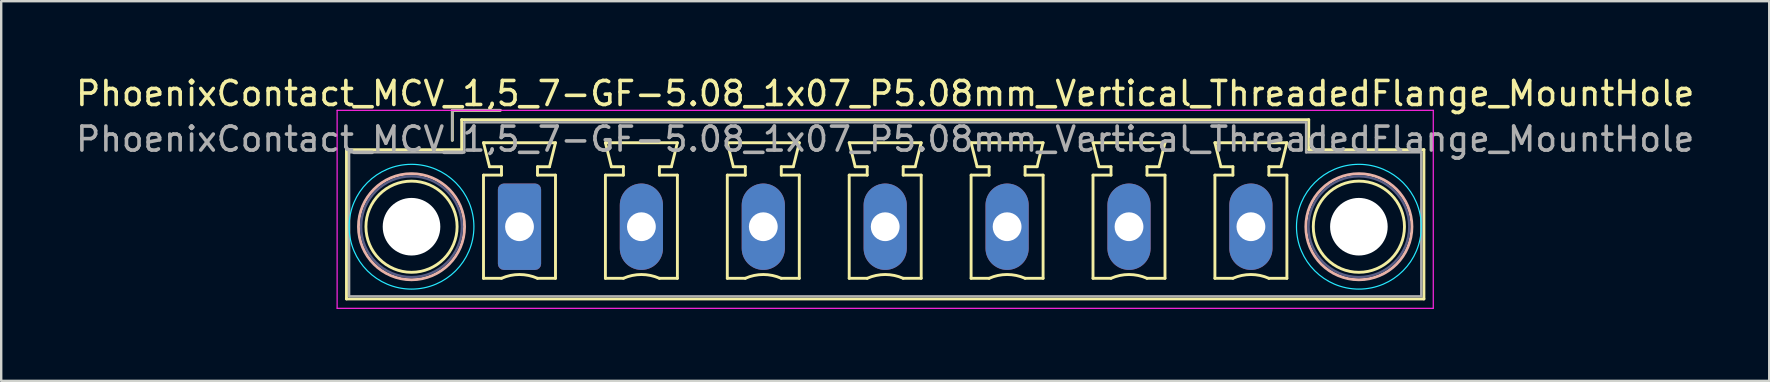
<source format=kicad_pcb>
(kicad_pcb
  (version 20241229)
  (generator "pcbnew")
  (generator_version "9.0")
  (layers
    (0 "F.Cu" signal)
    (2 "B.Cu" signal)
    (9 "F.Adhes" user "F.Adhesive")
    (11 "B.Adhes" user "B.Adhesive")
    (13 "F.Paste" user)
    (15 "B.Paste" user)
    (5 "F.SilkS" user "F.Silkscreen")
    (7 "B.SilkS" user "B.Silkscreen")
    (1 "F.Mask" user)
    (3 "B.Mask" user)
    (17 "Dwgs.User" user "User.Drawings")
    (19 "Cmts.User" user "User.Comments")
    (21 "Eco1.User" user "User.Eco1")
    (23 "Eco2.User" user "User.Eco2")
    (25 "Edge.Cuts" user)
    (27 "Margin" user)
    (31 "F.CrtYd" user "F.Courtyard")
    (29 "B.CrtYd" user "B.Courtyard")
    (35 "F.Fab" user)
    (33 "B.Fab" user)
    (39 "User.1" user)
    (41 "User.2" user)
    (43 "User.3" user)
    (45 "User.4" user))
  (footprint "PhoenixContact_MCV_1,5_7-GF-5.08_1x07_P5.08mm_Vertical_ThreadedFlange_MountHole"
    (layer "F.Cu")
    (at 18.599 6.398)
    (property "Reference" "PhoenixContact_MCV_1,5_7-GF-5.08_1x07_P5.08mm_Vertical_ThreadedFlange_MountHole" (at 15.24 -5.55 0) (layer "F.SilkS") (effects (font (size 1 1) (thickness 0.15))))
    (attr through_hole)
    (fp_line (start -7.21 -3.21) (end -7.21 3.01) (stroke (width 0.12) (type solid)) (layer "F.SilkS"))
    (fp_line (start -7.21 3.01) (end 37.69 3.01) (stroke (width 0.12) (type solid)) (layer "F.SilkS"))
    (fp_line (start -2.8 -4.85) (end -0.8 -4.85) (stroke (width 0.12) (type solid)) (layer "F.SilkS"))
    (fp_line (start -2.8 -3.6) (end -2.8 -4.85) (stroke (width 0.12) (type solid)) (layer "F.SilkS"))
    (fp_line (start -2.41 -4.46) (end -2.41 -3.21) (stroke (width 0.12) (type solid)) (layer "F.SilkS"))
    (fp_line (start -2.41 -3.21) (end -7.21 -3.21) (stroke (width 0.12) (type solid)) (layer "F.SilkS"))
    (fp_line (start -1.5 -3.5) (end 1.5 -3.5) (stroke (width 0.12) (type solid)) (layer "F.SilkS"))
    (fp_line (start -1.5 -2.15) (end -0.75 -2.15) (stroke (width 0.12) (type solid)) (layer "F.SilkS"))
    (fp_line (start -1.5 2.15) (end -1.5 -2.15) (stroke (width 0.12) (type solid)) (layer "F.SilkS"))
    (fp_line (start -1.25 -2.5) (end -1.5 -3.5) (stroke (width 0.12) (type solid)) (layer "F.SilkS"))
    (fp_line (start -0.75 -2.5) (end -1.25 -2.5) (stroke (width 0.12) (type solid)) (layer "F.SilkS"))
    (fp_line (start -0.75 -2.15) (end -0.75 -2.5) (stroke (width 0.12) (type solid)) (layer "F.SilkS"))
    (fp_line (start -0.75 2.15) (end -1.5 2.15) (stroke (width 0.12) (type solid)) (layer "F.SilkS"))
    (fp_line (start 0.75 -2.5) (end 0.75 -2.15) (stroke (width 0.12) (type solid)) (layer "F.SilkS"))
    (fp_line (start 0.75 -2.15) (end 1.5 -2.15) (stroke (width 0.12) (type solid)) (layer "F.SilkS"))
    (fp_line (start 1.25 -2.5) (end 0.75 -2.5) (stroke (width 0.12) (type solid)) (layer "F.SilkS"))
    (fp_line (start 1.5 -3.5) (end 1.25 -2.5) (stroke (width 0.12) (type solid)) (layer "F.SilkS"))
    (fp_line (start 1.5 -2.15) (end 1.5 2.15) (stroke (width 0.12) (type solid)) (layer "F.SilkS"))
    (fp_line (start 1.5 2.15) (end 0.75 2.15) (stroke (width 0.12) (type solid)) (layer "F.SilkS"))
    (fp_line (start 3.58 -3.5) (end 6.58 -3.5) (stroke (width 0.12) (type solid)) (layer "F.SilkS"))
    (fp_line (start 3.58 -2.15) (end 4.33 -2.15) (stroke (width 0.12) (type solid)) (layer "F.SilkS"))
    (fp_line (start 3.58 2.15) (end 3.58 -2.15) (stroke (width 0.12) (type solid)) (layer "F.SilkS"))
    (fp_line (start 3.83 -2.5) (end 3.58 -3.5) (stroke (width 0.12) (type solid)) (layer "F.SilkS"))
    (fp_line (start 4.33 -2.5) (end 3.83 -2.5) (stroke (width 0.12) (type solid)) (layer "F.SilkS"))
    (fp_line (start 4.33 -2.15) (end 4.33 -2.5) (stroke (width 0.12) (type solid)) (layer "F.SilkS"))
    (fp_line (start 4.33 2.15) (end 3.58 2.15) (stroke (width 0.12) (type solid)) (layer "F.SilkS"))
    (fp_line (start 5.83 -2.5) (end 5.83 -2.15) (stroke (width 0.12) (type solid)) (layer "F.SilkS"))
    (fp_line (start 5.83 -2.15) (end 6.58 -2.15) (stroke (width 0.12) (type solid)) (layer "F.SilkS"))
    (fp_line (start 6.33 -2.5) (end 5.83 -2.5) (stroke (width 0.12) (type solid)) (layer "F.SilkS"))
    (fp_line (start 6.58 -3.5) (end 6.33 -2.5) (stroke (width 0.12) (type solid)) (layer "F.SilkS"))
    (fp_line (start 6.58 -2.15) (end 6.58 2.15) (stroke (width 0.12) (type solid)) (layer "F.SilkS"))
    (fp_line (start 6.58 2.15) (end 5.83 2.15) (stroke (width 0.12) (type solid)) (layer "F.SilkS"))
    (fp_line (start 8.66 -3.5) (end 11.66 -3.5) (stroke (width 0.12) (type solid)) (layer "F.SilkS"))
    (fp_line (start 8.66 -2.15) (end 9.41 -2.15) (stroke (width 0.12) (type solid)) (layer "F.SilkS"))
    (fp_line (start 8.66 2.15) (end 8.66 -2.15) (stroke (width 0.12) (type solid)) (layer "F.SilkS"))
    (fp_line (start 8.91 -2.5) (end 8.66 -3.5) (stroke (width 0.12) (type solid)) (layer "F.SilkS"))
    (fp_line (start 9.41 -2.5) (end 8.91 -2.5) (stroke (width 0.12) (type solid)) (layer "F.SilkS"))
    (fp_line (start 9.41 -2.15) (end 9.41 -2.5) (stroke (width 0.12) (type solid)) (layer "F.SilkS"))
    (fp_line (start 9.41 2.15) (end 8.66 2.15) (stroke (width 0.12) (type solid)) (layer "F.SilkS"))
    (fp_line (start 10.91 -2.5) (end 10.91 -2.15) (stroke (width 0.12) (type solid)) (layer "F.SilkS"))
    (fp_line (start 10.91 -2.15) (end 11.66 -2.15) (stroke (width 0.12) (type solid)) (layer "F.SilkS"))
    (fp_line (start 11.41 -2.5) (end 10.91 -2.5) (stroke (width 0.12) (type solid)) (layer "F.SilkS"))
    (fp_line (start 11.66 -3.5) (end 11.41 -2.5) (stroke (width 0.12) (type solid)) (layer "F.SilkS"))
    (fp_line (start 11.66 -2.15) (end 11.66 2.15) (stroke (width 0.12) (type solid)) (layer "F.SilkS"))
    (fp_line (start 11.66 2.15) (end 10.91 2.15) (stroke (width 0.12) (type solid)) (layer "F.SilkS"))
    (fp_line (start 13.74 -3.5) (end 16.74 -3.5) (stroke (width 0.12) (type solid)) (layer "F.SilkS"))
    (fp_line (start 13.74 -2.15) (end 14.49 -2.15) (stroke (width 0.12) (type solid)) (layer "F.SilkS"))
    (fp_line (start 13.74 2.15) (end 13.74 -2.15) (stroke (width 0.12) (type solid)) (layer "F.SilkS"))
    (fp_line (start 13.99 -2.5) (end 13.74 -3.5) (stroke (width 0.12) (type solid)) (layer "F.SilkS"))
    (fp_line (start 14.49 -2.5) (end 13.99 -2.5) (stroke (width 0.12) (type solid)) (layer "F.SilkS"))
    (fp_line (start 14.49 -2.15) (end 14.49 -2.5) (stroke (width 0.12) (type solid)) (layer "F.SilkS"))
    (fp_line (start 14.49 2.15) (end 13.74 2.15) (stroke (width 0.12) (type solid)) (layer "F.SilkS"))
    (fp_line (start 15.99 -2.5) (end 15.99 -2.15) (stroke (width 0.12) (type solid)) (layer "F.SilkS"))
    (fp_line (start 15.99 -2.15) (end 16.74 -2.15) (stroke (width 0.12) (type solid)) (layer "F.SilkS"))
    (fp_line (start 16.49 -2.5) (end 15.99 -2.5) (stroke (width 0.12) (type solid)) (layer "F.SilkS"))
    (fp_line (start 16.74 -3.5) (end 16.49 -2.5) (stroke (width 0.12) (type solid)) (layer "F.SilkS"))
    (fp_line (start 16.74 -2.15) (end 16.74 2.15) (stroke (width 0.12) (type solid)) (layer "F.SilkS"))
    (fp_line (start 16.74 2.15) (end 15.99 2.15) (stroke (width 0.12) (type solid)) (layer "F.SilkS"))
    (fp_line (start 18.82 -3.5) (end 21.82 -3.5) (stroke (width 0.12) (type solid)) (layer "F.SilkS"))
    (fp_line (start 18.82 -2.15) (end 19.57 -2.15) (stroke (width 0.12) (type solid)) (layer "F.SilkS"))
    (fp_line (start 18.82 2.15) (end 18.82 -2.15) (stroke (width 0.12) (type solid)) (layer "F.SilkS"))
    (fp_line (start 19.07 -2.5) (end 18.82 -3.5) (stroke (width 0.12) (type solid)) (layer "F.SilkS"))
    (fp_line (start 19.57 -2.5) (end 19.07 -2.5) (stroke (width 0.12) (type solid)) (layer "F.SilkS"))
    (fp_line (start 19.57 -2.15) (end 19.57 -2.5) (stroke (width 0.12) (type solid)) (layer "F.SilkS"))
    (fp_line (start 19.57 2.15) (end 18.82 2.15) (stroke (width 0.12) (type solid)) (layer "F.SilkS"))
    (fp_line (start 21.07 -2.5) (end 21.07 -2.15) (stroke (width 0.12) (type solid)) (layer "F.SilkS"))
    (fp_line (start 21.07 -2.15) (end 21.82 -2.15) (stroke (width 0.12) (type solid)) (layer "F.SilkS"))
    (fp_line (start 21.57 -2.5) (end 21.07 -2.5) (stroke (width 0.12) (type solid)) (layer "F.SilkS"))
    (fp_line (start 21.82 -3.5) (end 21.57 -2.5) (stroke (width 0.12) (type solid)) (layer "F.SilkS"))
    (fp_line (start 21.82 -2.15) (end 21.82 2.15) (stroke (width 0.12) (type solid)) (layer "F.SilkS"))
    (fp_line (start 21.82 2.15) (end 21.07 2.15) (stroke (width 0.12) (type solid)) (layer "F.SilkS"))
    (fp_line (start 23.9 -3.5) (end 26.9 -3.5) (stroke (width 0.12) (type solid)) (layer "F.SilkS"))
    (fp_line (start 23.9 -2.15) (end 24.65 -2.15) (stroke (width 0.12) (type solid)) (layer "F.SilkS"))
    (fp_line (start 23.9 2.15) (end 23.9 -2.15) (stroke (width 0.12) (type solid)) (layer "F.SilkS"))
    (fp_line (start 24.15 -2.5) (end 23.9 -3.5) (stroke (width 0.12) (type solid)) (layer "F.SilkS"))
    (fp_line (start 24.65 -2.5) (end 24.15 -2.5) (stroke (width 0.12) (type solid)) (layer "F.SilkS"))
    (fp_line (start 24.65 -2.15) (end 24.65 -2.5) (stroke (width 0.12) (type solid)) (layer "F.SilkS"))
    (fp_line (start 24.65 2.15) (end 23.9 2.15) (stroke (width 0.12) (type solid)) (layer "F.SilkS"))
    (fp_line (start 26.15 -2.5) (end 26.15 -2.15) (stroke (width 0.12) (type solid)) (layer "F.SilkS"))
    (fp_line (start 26.15 -2.15) (end 26.9 -2.15) (stroke (width 0.12) (type solid)) (layer "F.SilkS"))
    (fp_line (start 26.65 -2.5) (end 26.15 -2.5) (stroke (width 0.12) (type solid)) (layer "F.SilkS"))
    (fp_line (start 26.9 -3.5) (end 26.65 -2.5) (stroke (width 0.12) (type solid)) (layer "F.SilkS"))
    (fp_line (start 26.9 -2.15) (end 26.9 2.15) (stroke (width 0.12) (type solid)) (layer "F.SilkS"))
    (fp_line (start 26.9 2.15) (end 26.15 2.15) (stroke (width 0.12) (type solid)) (layer "F.SilkS"))
    (fp_line (start 28.98 -3.5) (end 31.98 -3.5) (stroke (width 0.12) (type solid)) (layer "F.SilkS"))
    (fp_line (start 28.98 -2.15) (end 29.73 -2.15) (stroke (width 0.12) (type solid)) (layer "F.SilkS"))
    (fp_line (start 28.98 2.15) (end 28.98 -2.15) (stroke (width 0.12) (type solid)) (layer "F.SilkS"))
    (fp_line (start 29.23 -2.5) (end 28.98 -3.5) (stroke (width 0.12) (type solid)) (layer "F.SilkS"))
    (fp_line (start 29.73 -2.5) (end 29.23 -2.5) (stroke (width 0.12) (type solid)) (layer "F.SilkS"))
    (fp_line (start 29.73 -2.15) (end 29.73 -2.5) (stroke (width 0.12) (type solid)) (layer "F.SilkS"))
    (fp_line (start 29.73 2.15) (end 28.98 2.15) (stroke (width 0.12) (type solid)) (layer "F.SilkS"))
    (fp_line (start 31.23 -2.5) (end 31.23 -2.15) (stroke (width 0.12) (type solid)) (layer "F.SilkS"))
    (fp_line (start 31.23 -2.15) (end 31.98 -2.15) (stroke (width 0.12) (type solid)) (layer "F.SilkS"))
    (fp_line (start 31.73 -2.5) (end 31.23 -2.5) (stroke (width 0.12) (type solid)) (layer "F.SilkS"))
    (fp_line (start 31.98 -3.5) (end 31.73 -2.5) (stroke (width 0.12) (type solid)) (layer "F.SilkS"))
    (fp_line (start 31.98 -2.15) (end 31.98 2.15) (stroke (width 0.12) (type solid)) (layer "F.SilkS"))
    (fp_line (start 31.98 2.15) (end 31.23 2.15) (stroke (width 0.12) (type solid)) (layer "F.SilkS"))
    (fp_line (start 32.89 -4.46) (end -2.41 -4.46) (stroke (width 0.12) (type solid)) (layer "F.SilkS"))
    (fp_line (start 32.89 -3.21) (end 32.89 -4.46) (stroke (width 0.12) (type solid)) (layer "F.SilkS"))
    (fp_line (start 37.69 -3.21) (end 32.89 -3.21) (stroke (width 0.12) (type solid)) (layer "F.SilkS"))
    (fp_line (start 37.69 3.01) (end 37.69 -3.21) (stroke (width 0.12) (type solid)) (layer "F.SilkS"))
    (fp_arc (start -0.75 2.15) (mid -0.000193 1.99191) (end 0.749647 2.149844) (stroke (width 0.12) (type solid)) (layer "F.SilkS"))
    (fp_arc (start 4.33 2.15) (mid 5.079807 1.99191) (end 5.829647 2.149844) (stroke (width 0.12) (type solid)) (layer "F.SilkS"))
    (fp_arc (start 9.41 2.15) (mid 10.159807 1.99191) (end 10.909647 2.149844) (stroke (width 0.12) (type solid)) (layer "F.SilkS"))
    (fp_arc (start 14.49 2.15) (mid 15.239807 1.99191) (end 15.989647 2.149844) (stroke (width 0.12) (type solid)) (layer "F.SilkS"))
    (fp_arc (start 19.57 2.15) (mid 20.319807 1.99191) (end 21.069647 2.149844) (stroke (width 0.12) (type solid)) (layer "F.SilkS"))
    (fp_arc (start 24.65 2.15) (mid 25.399807 1.99191) (end 26.149647 2.149844) (stroke (width 0.12) (type solid)) (layer "F.SilkS"))
    (fp_arc (start 29.73 2.15) (mid 30.479807 1.99191) (end 31.229647 2.149844) (stroke (width 0.12) (type solid)) (layer "F.SilkS"))
    (fp_circle (center -4.5 0) (end -2.6 0) (stroke (width 0.12) (type solid)) (fill no) (layer "F.SilkS"))
    (fp_circle (center 34.98 0) (end 36.88 0) (stroke (width 0.12) (type solid)) (fill no) (layer "F.SilkS"))
    (fp_circle (center -4.5 0) (end -2.29 0) (stroke (width 0.12) (type solid)) (fill no) (layer "B.SilkS"))
    (fp_circle (center 34.98 0) (end 37.19 0) (stroke (width 0.12) (type solid)) (fill no) (layer "B.SilkS"))
    (fp_circle (center -4.5 0) (end -1.9 0) (stroke (width 0.05) (type solid)) (fill no) (layer "B.CrtYd"))
    (fp_circle (center 34.98 0) (end 37.58 0) (stroke (width 0.05) (type solid)) (fill no) (layer "B.CrtYd"))
    (fp_line (start -7.6 -4.85) (end -7.6 3.4) (stroke (width 0.05) (type solid)) (layer "F.CrtYd"))
    (fp_line (start -7.6 3.4) (end 38.08 3.4) (stroke (width 0.05) (type solid)) (layer "F.CrtYd"))
    (fp_line (start 38.08 -4.85) (end -7.6 -4.85) (stroke (width 0.05) (type solid)) (layer "F.CrtYd"))
    (fp_line (start 38.08 3.4) (end 38.08 -4.85) (stroke (width 0.05) (type solid)) (layer "F.CrtYd"))
    (fp_circle (center -4.5 0) (end -2.4 0) (stroke (width 0.1) (type solid)) (fill no) (layer "B.Fab"))
    (fp_circle (center 34.98 0) (end 37.08 0) (stroke (width 0.1) (type solid)) (fill no) (layer "B.Fab"))
    (fp_line (start -7.1 -3.1) (end -7.1 2.9) (stroke (width 0.1) (type solid)) (layer "F.Fab"))
    (fp_line (start -7.1 2.9) (end 37.58 2.9) (stroke (width 0.1) (type solid)) (layer "F.Fab"))
    (fp_line (start -2.8 -4.85) (end -0.8 -4.85) (stroke (width 0.1) (type solid)) (layer "F.Fab"))
    (fp_line (start -2.8 -3.6) (end -2.8 -4.85) (stroke (width 0.1) (type solid)) (layer "F.Fab"))
    (fp_line (start -2.3 -4.35) (end -2.3 -3.1) (stroke (width 0.1) (type solid)) (layer "F.Fab"))
    (fp_line (start -2.3 -3.1) (end -7.1 -3.1) (stroke (width 0.1) (type solid)) (layer "F.Fab"))
    (fp_line (start 32.78 -4.35) (end -2.3 -4.35) (stroke (width 0.1) (type solid)) (layer "F.Fab"))
    (fp_line (start 32.78 -3.1) (end 32.78 -4.35) (stroke (width 0.1) (type solid)) (layer "F.Fab"))
    (fp_line (start 37.58 -3.1) (end 32.78 -3.1) (stroke (width 0.1) (type solid)) (layer "F.Fab"))
    (fp_line (start 37.58 2.9) (end 37.58 -3.1) (stroke (width 0.1) (type solid)) (layer "F.Fab"))
    (fp_text user "${REFERENCE}" (at 15.24 -3.65 0) (layer "F.Fab") (effects (font (size 1 1) (thickness 0.15))))
    (pad "" np_thru_hole circle (at -4.5 0) (size 2.4 2.4) (drill 2.4) (layers "*.Cu" "*.Mask"))
    (pad "" np_thru_hole circle (at 34.98 0) (size 2.4 2.4) (drill 2.4) (layers "*.Cu" "*.Mask"))
    (pad "1" thru_hole roundrect (at 0 0) (size 1.8 3.6) (drill 1.2) (layers "*.Cu" "*.Mask") (roundrect_rratio 0.139))
    (pad "2" thru_hole oval (at 5.08 0) (size 1.8 3.6) (drill 1.2) (layers "*.Cu" "*.Mask"))
    (pad "3" thru_hole oval (at 10.16 0) (size 1.8 3.6) (drill 1.2) (layers "*.Cu" "*.Mask"))
    (pad "4" thru_hole oval (at 15.24 0) (size 1.8 3.6) (drill 1.2) (layers "*.Cu" "*.Mask"))
    (pad "5" thru_hole oval (at 20.32 0) (size 1.8 3.6) (drill 1.2) (layers "*.Cu" "*.Mask"))
    (pad "6" thru_hole oval (at 25.4 0) (size 1.8 3.6) (drill 1.2) (layers "*.Cu" "*.Mask"))
    (pad "7" thru_hole oval (at 30.48 0) (size 1.8 3.6) (drill 1.2) (layers "*.Cu" "*.Mask")))
  (gr_rect
    (start -3 -3)
    (end 70.679 12.823)
    (stroke (width 0.1) (type default))
    (fill no)
    (layer "Edge.Cuts")))
</source>
